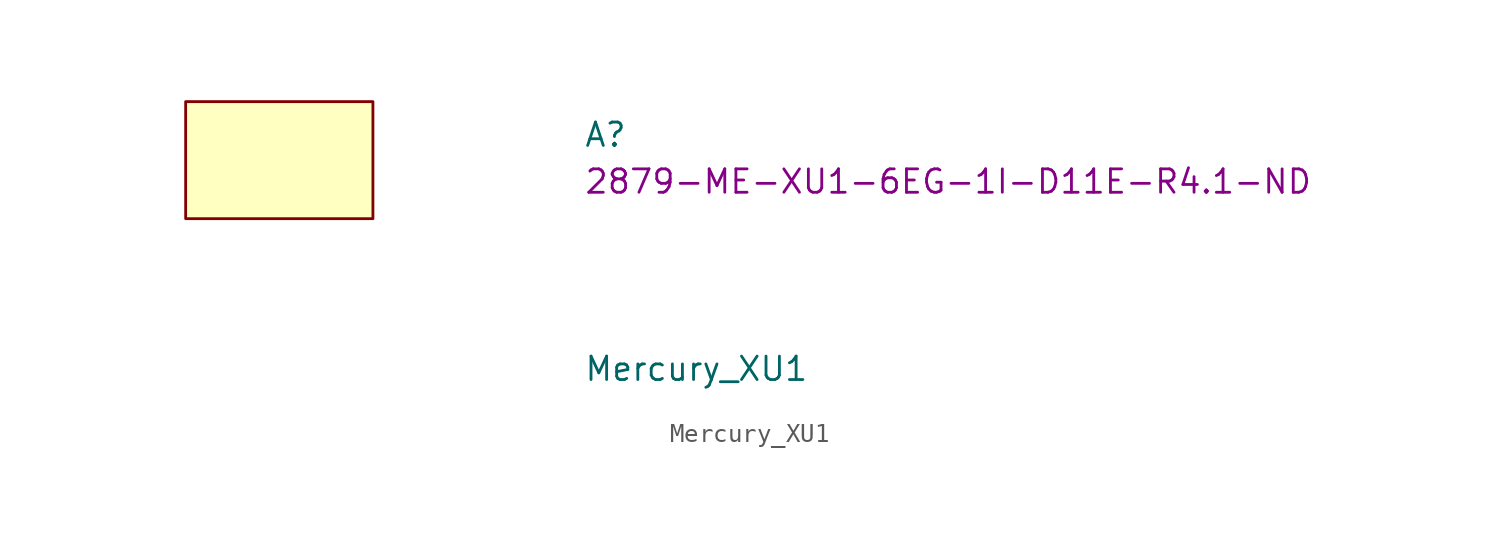
<source format=kicad_sym>
(kicad_symbol_lib
  (version 20220914)
  (generator kicad_symbol_editor)
  (symbol "Mercury_XU1"
    (property "Reference" "A"
      (at 21.59 -2.54 0)
      (effects (font (size 1.27 1.27)) (justify left bottom)))
    (property "Value" "Mercury_XU1"
      (at 21.59 -15.24 0)
      (effects (font (size 1.27 1.27)) (justify left bottom)))
    (property "MPN" "2879-ME-XU1-6EG-1I-D11E-R4.1-ND"
      (at 21.59 -5.08 0)
      (effects (font (size 1.27 1.27)) (justify left bottom)))
    (symbol "Mercury_XU1_0_1"
      (rectangle (start 0 0) (end 10.16 -6.35) (stroke (width 0) (type default)) (fill (type background))))))
</source>
